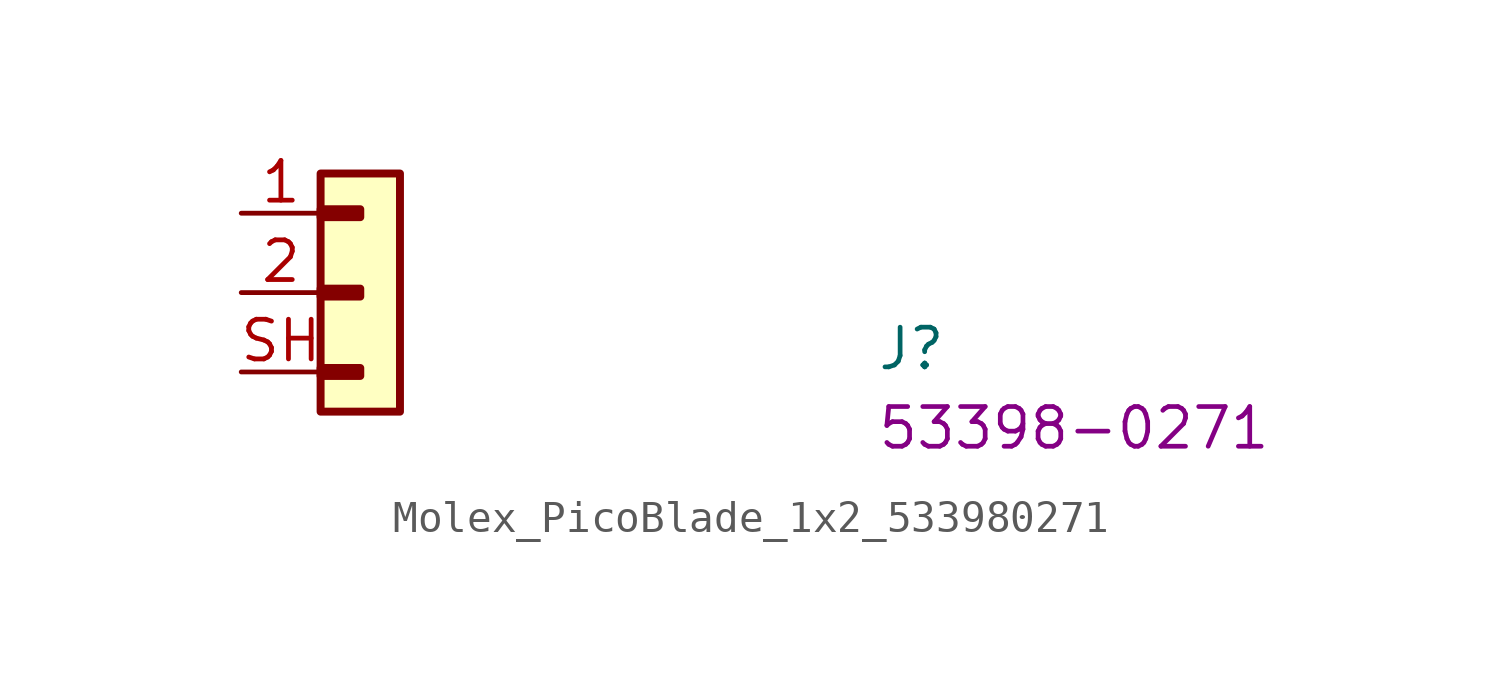
<source format=kicad_sym>
(kicad_symbol_lib
  (version 20220914)
  (generator kicad_symbol_editor)
  (symbol "Molex_PicoBlade_1x2_533980271"
    (pin_names hide)
    (property "Reference" "J"
      (at 20.32 -5.08 0)
      (effects (font (size 1.27 1.27) (thickness 0.15)) (justify left bottom)))
    (property "MPN" "53398-0271"
      (at 20.32 -7.62 0)
      (effects (font (size 1.27 1.27) (thickness 0.15)) (justify left bottom)))
    (symbol "Molex_PicoBlade_1x2_533980271_1_1"
      (rectangle (start 2.54 -4.953) (end 3.81 -5.207) (stroke (width 0.254) (type default)) (fill (type background)))
      (rectangle (start 2.54 -2.413) (end 3.81 -2.667) (stroke (width 0.254) (type default)) (fill (type background)))
      (rectangle (start 2.54 0.127) (end 3.81 -0.127) (stroke (width 0.254) (type default)) (fill (type background)))
      (rectangle (start 2.54 1.27) (end 5.08 -6.35) (stroke (width 0.254) (type default)) (fill (type background)))
      (pin passive line (at 0 0 0) (length 2.54) (name "1" (effects (font (size 1.27 1.27)))) (number "1" (effects (font (size 1.27 1.27)))))
      (pin passive line (at 0 -2.54 0) (length 2.54) (name "2" (effects (font (size 1.27 1.27)))) (number "2" (effects (font (size 1.27 1.27)))))
      (pin passive line (at 0 -5.08 0) (length 2.54) (name "SH" (effects (font (size 1.27 1.27)))) (number "SH" (effects (font (size 1.27 1.27)))))
      (pin passive line (at 0 -5.08 0) (length 2.54) hide (name "SH" (effects (font (size 1.27 1.27)))) (number "SH" (effects (font (size 1.27 1.27))))))))
</source>
